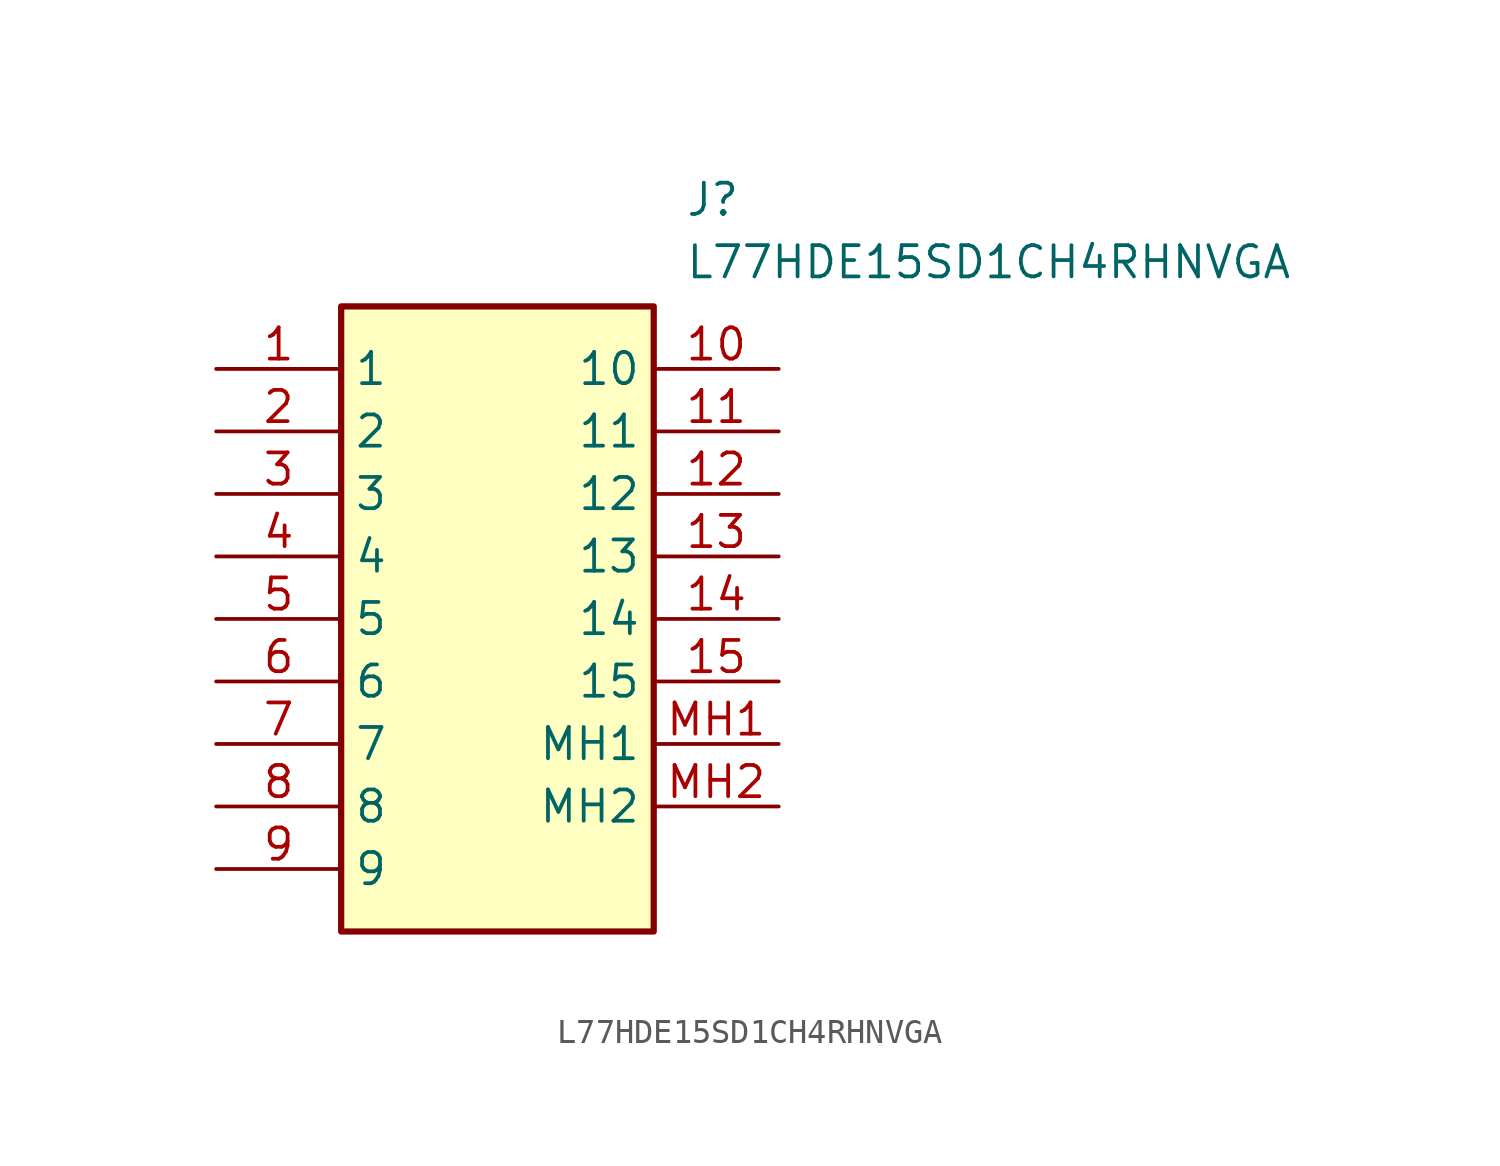
<source format=kicad_sym>
(kicad_symbol_lib
  (version 20211014)
  (generator SamacSys_ECAD_Model)
  (symbol "L77HDE15SD1CH4RHNVGA"
    (property "Reference" "J"
      (at 19.05 7.62 0)
      (effects (font (size 1.27 1.27)) (justify left top)))
    (property "Value" "L77HDE15SD1CH4RHNVGA"
      (at 19.05 5.08 0)
      (effects (font (size 1.27 1.27)) (justify left top)))
    (rectangle
      (start 5.08 2.54)
      (end 17.78 -22.86)
      (stroke (width 0.254) (type default))
      (fill (type background)))
    (pin passive line
      (at 0 0 0)
      (length 5.08)
      (name "1" (effects (font (size 1.27 1.27))))
      (number "1" (effects (font (size 1.27 1.27)))))
    (pin passive line
      (at 0 -2.54 0)
      (length 5.08)
      (name "2" (effects (font (size 1.27 1.27))))
      (number "2" (effects (font (size 1.27 1.27)))))
    (pin passive line
      (at 0 -5.08 0)
      (length 5.08)
      (name "3" (effects (font (size 1.27 1.27))))
      (number "3" (effects (font (size 1.27 1.27)))))
    (pin passive line
      (at 0 -7.62 0)
      (length 5.08)
      (name "4" (effects (font (size 1.27 1.27))))
      (number "4" (effects (font (size 1.27 1.27)))))
    (pin passive line
      (at 0 -10.16 0)
      (length 5.08)
      (name "5" (effects (font (size 1.27 1.27))))
      (number "5" (effects (font (size 1.27 1.27)))))
    (pin passive line
      (at 0 -12.7 0)
      (length 5.08)
      (name "6" (effects (font (size 1.27 1.27))))
      (number "6" (effects (font (size 1.27 1.27)))))
    (pin passive line
      (at 0 -15.24 0)
      (length 5.08)
      (name "7" (effects (font (size 1.27 1.27))))
      (number "7" (effects (font (size 1.27 1.27)))))
    (pin passive line
      (at 0 -17.78 0)
      (length 5.08)
      (name "8" (effects (font (size 1.27 1.27))))
      (number "8" (effects (font (size 1.27 1.27)))))
    (pin passive line
      (at 0 -20.32 0)
      (length 5.08)
      (name "9" (effects (font (size 1.27 1.27))))
      (number "9" (effects (font (size 1.27 1.27)))))
    (pin passive line
      (at 22.86 0 180)
      (length 5.08)
      (name "10" (effects (font (size 1.27 1.27))))
      (number "10" (effects (font (size 1.27 1.27)))))
    (pin passive line
      (at 22.86 -2.54 180)
      (length 5.08)
      (name "11" (effects (font (size 1.27 1.27))))
      (number "11" (effects (font (size 1.27 1.27)))))
    (pin passive line
      (at 22.86 -5.08 180)
      (length 5.08)
      (name "12" (effects (font (size 1.27 1.27))))
      (number "12" (effects (font (size 1.27 1.27)))))
    (pin passive line
      (at 22.86 -7.62 180)
      (length 5.08)
      (name "13" (effects (font (size 1.27 1.27))))
      (number "13" (effects (font (size 1.27 1.27)))))
    (pin passive line
      (at 22.86 -10.16 180)
      (length 5.08)
      (name "14" (effects (font (size 1.27 1.27))))
      (number "14" (effects (font (size 1.27 1.27)))))
    (pin passive line
      (at 22.86 -12.7 180)
      (length 5.08)
      (name "15" (effects (font (size 1.27 1.27))))
      (number "15" (effects (font (size 1.27 1.27)))))
    (pin passive line
      (at 22.86 -15.24 180)
      (length 5.08)
      (name "MH1" (effects (font (size 1.27 1.27))))
      (number "MH1" (effects (font (size 1.27 1.27)))))
    (pin passive line
      (at 22.86 -17.78 180)
      (length 5.08)
      (name "MH2" (effects (font (size 1.27 1.27))))
      (number "MH2" (effects (font (size 1.27 1.27)))))))
</source>
